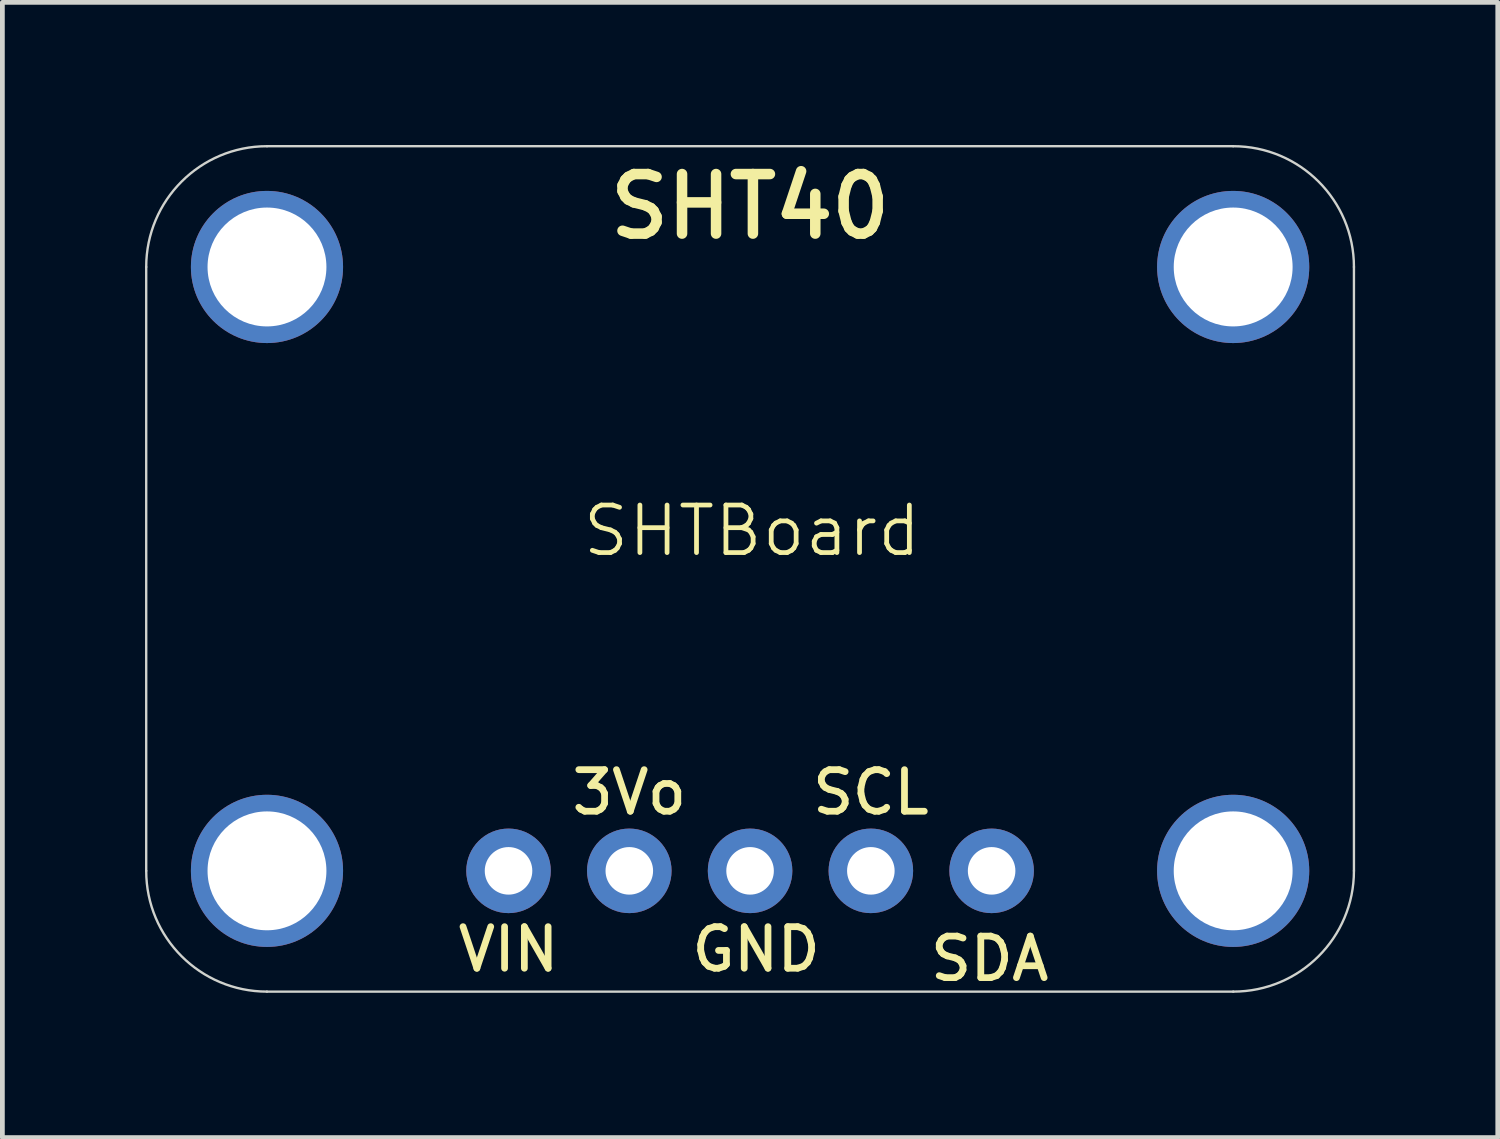
<source format=kicad_pcb>
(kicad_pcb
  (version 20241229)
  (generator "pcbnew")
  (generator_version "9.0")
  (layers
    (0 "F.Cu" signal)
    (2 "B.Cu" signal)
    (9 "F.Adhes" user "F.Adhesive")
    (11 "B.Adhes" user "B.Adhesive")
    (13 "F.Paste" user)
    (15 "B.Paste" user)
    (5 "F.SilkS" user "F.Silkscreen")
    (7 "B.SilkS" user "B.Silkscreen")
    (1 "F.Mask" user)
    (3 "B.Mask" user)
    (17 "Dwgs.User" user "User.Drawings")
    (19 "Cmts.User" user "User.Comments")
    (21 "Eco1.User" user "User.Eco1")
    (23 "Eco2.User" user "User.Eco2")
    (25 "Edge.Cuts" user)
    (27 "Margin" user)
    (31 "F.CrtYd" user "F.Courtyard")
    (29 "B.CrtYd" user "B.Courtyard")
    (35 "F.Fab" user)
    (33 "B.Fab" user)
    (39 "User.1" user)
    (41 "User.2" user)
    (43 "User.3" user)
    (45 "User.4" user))
  (footprint "SHTBoard"
    (layer "F.Cu")
    (at 12.765 8.614)
    (property "Reference" "SHTBoard" (at 0 -0.5 0) (unlocked yes) (layer "F.SilkS") (effects (font (size 1 1) (thickness 0.1))))
    (attr smd)
    (fp_line (start -12.74 -6.049) (end -12.74 6.651) (stroke (width 0.05) (type solid)) (layer "Edge.Cuts"))
    (fp_line (start -10.2 9.191) (end 10.12 9.191) (stroke (width 0.05) (type solid)) (layer "Edge.Cuts"))
    (fp_line (start 10.12 -8.589) (end -10.2 -8.589) (stroke (width 0.05) (type solid)) (layer "Edge.Cuts"))
    (fp_line (start 12.66 6.651) (end 12.66 -6.049) (stroke (width 0.05) (type solid)) (layer "Edge.Cuts"))
    (fp_arc (start -12.74 -6.049) (mid -11.996051 -7.845051) (end -10.2 -8.589) (stroke (width 0.05) (type solid)) (layer "Edge.Cuts"))
    (fp_arc (start -10.2 9.191) (mid -11.996051 8.447051) (end -12.74 6.651) (stroke (width 0.05) (type solid)) (layer "Edge.Cuts"))
    (fp_arc (start 10.12 -8.589) (mid 11.916051 -7.845051) (end 12.66 -6.049) (stroke (width 0.05) (type solid)) (layer "Edge.Cuts"))
    (fp_arc (start 12.66 6.651) (mid 11.916051 8.447051) (end 10.12 9.191) (stroke (width 0.05) (type solid)) (layer "Edge.Cuts"))
    (fp_text user "SDA" (at 5 8.5 0) (unlocked yes) (layer "F.SilkS") (effects (font (size 0.874 0.874) (thickness 0.142))))
    (fp_text user "SCL" (at 2.5 5 0) (unlocked yes) (layer "F.SilkS") (effects (font (size 0.874 0.874) (thickness 0.142))))
    (fp_text user "GND" (at 0.087 8.302 0) (unlocked yes) (layer "F.SilkS") (effects (font (size 0.874 0.874) (thickness 0.142))))
    (fp_text user "3Vo" (at -2.58 5 0) (unlocked yes) (layer "F.SilkS") (effects (font (size 0.874 0.874) (thickness 0.142))))
    (fp_text user "VIN" (at -5.12 8.302 0) (unlocked yes) (layer "F.SilkS") (effects (font (size 0.874 0.874) (thickness 0.142))))
    (fp_text user "SHT40" (at -0.04 -7.319 0) (unlocked yes) (layer "F.SilkS") (effects (font (size 1.252 1.252) (thickness 0.221))))
    (pad "1" thru_hole circle (at -5.12 6.651 90) (size 1.778 1.778) (drill 1) (layers "*.Cu" "*.Mask"))
    (pad "2" thru_hole circle (at -2.58 6.651 90) (size 1.778 1.778) (drill 1) (layers "*.Cu" "*.Mask"))
    (pad "3" thru_hole circle (at -0.04 6.651 90) (size 1.778 1.778) (drill 1) (layers "*.Cu" "*.Mask"))
    (pad "4" thru_hole circle (at 2.5 6.651 90) (size 1.778 1.778) (drill 1) (layers "*.Cu" "*.Mask"))
    (pad "5" thru_hole circle (at 5.04 6.651 90) (size 1.778 1.778) (drill 1) (layers "*.Cu" "*.Mask"))
    (pad "P$1" thru_hole circle (at -10.2 -6.049) (size 3.2 3.2) (drill 2.5) (layers "*.Cu" "*.Mask"))
    (pad "P$1" thru_hole circle (at -10.2 6.651) (size 3.2 3.2) (drill 2.5) (layers "*.Cu" "*.Mask"))
    (pad "P$1" thru_hole circle (at 10.12 -6.049) (size 3.2 3.2) (drill 2.5) (layers "*.Cu" "*.Mask"))
    (pad "P$1" thru_hole circle (at 10.12 6.651) (size 3.2 3.2) (drill 2.5) (layers "*.Cu" "*.Mask"))
    (zone (net_name "") (layer "F.Cu") (hatch edge 0.5) (connect_pads) (min_thickness 0.25) (filled_areas_thickness no) (keepout (tracks not_allowed) (vias not_allowed) (pads not_allowed) (copperpour not_allowed) (footprints allowed)) (placement (enabled no)) (fill) (polygon (pts (xy 4.581 2.565) (xy 4.561 2.284) (xy 4.503 2.009) (xy 4.407 1.745) (xy 4.275 1.497) (xy 4.109 1.269) (xy 3.914 1.067) (xy 3.692 0.894) (xy 3.449 0.753) (xy 3.188 0.648) (xy 2.915 0.58) (xy 2.635 0.55) (xy 2.354 0.56) (xy 2.077 0.609) (xy 1.81 0.696) (xy 1.557 0.819) (xy 1.324 0.976) (xy 1.115 1.165) (xy 0.934 1.38) (xy 0.785 1.619) (xy 0.671 1.875) (xy 0.593 2.146) (xy 0.554 2.424) (xy 0.554 2.706) (xy 0.593 2.984) (xy 0.671 3.255) (xy 0.785 3.511) (xy 0.934 3.75) (xy 1.115 3.965) (xy 1.324 4.154) (xy 1.557 4.311) (xy 1.81 4.434) (xy 2.077 4.521) (xy 2.354 4.57) (xy 2.635 4.58) (xy 2.915 4.55) (xy 3.188 4.482) (xy 3.449 4.377) (xy 3.692 4.236) (xy 3.914 4.063) (xy 4.109 3.861) (xy 4.275 3.633) (xy 4.407 3.385) (xy 4.503 3.121) (xy 4.561 2.846))) (polygon (pts (xy 2.549 2.565) (xy 2.554 2.576) (xy 2.565 2.581) (xy 2.576 2.576) (xy 2.581 2.565) (xy 2.576 2.554) (xy 2.565 2.549) (xy 2.554 2.554))))
    (zone (net_name "") (layer "F.Cu") (hatch edge 0.5) (connect_pads) (min_thickness 0.25) (filled_areas_thickness no) (keepout (tracks not_allowed) (vias not_allowed) (pads not_allowed) (copperpour not_allowed) (footprints allowed)) (placement (enabled no)) (fill) (polygon (pts (xy 4.581 15.265) (xy 4.561 14.984) (xy 4.503 14.709) (xy 4.407 14.445) (xy 4.275 14.197) (xy 4.109 13.969) (xy 3.914 13.767) (xy 3.692 13.594) (xy 3.449 13.453) (xy 3.188 13.348) (xy 2.915 13.28) (xy 2.635 13.25) (xy 2.354 13.26) (xy 2.077 13.309) (xy 1.81 13.396) (xy 1.557 13.519) (xy 1.324 13.676) (xy 1.115 13.865) (xy 0.934 14.08) (xy 0.785 14.319) (xy 0.671 14.575) (xy 0.593 14.846) (xy 0.554 15.124) (xy 0.554 15.406) (xy 0.593 15.684) (xy 0.671 15.955) (xy 0.785 16.211) (xy 0.934 16.45) (xy 1.115 16.665) (xy 1.324 16.854) (xy 1.557 17.011) (xy 1.81 17.134) (xy 2.077 17.221) (xy 2.354 17.27) (xy 2.635 17.28) (xy 2.915 17.25) (xy 3.188 17.182) (xy 3.449 17.077) (xy 3.692 16.936) (xy 3.914 16.763) (xy 4.109 16.561) (xy 4.275 16.333) (xy 4.407 16.085) (xy 4.503 15.821) (xy 4.561 15.546))) (polygon (pts (xy 2.549 15.265) (xy 2.554 15.276) (xy 2.565 15.281) (xy 2.576 15.276) (xy 2.581 15.265) (xy 2.576 15.254) (xy 2.565 15.249) (xy 2.554 15.254))))
    (zone (net_name "") (layer "F.Cu") (hatch edge 0.5) (connect_pads) (min_thickness 0.25) (filled_areas_thickness no) (keepout (tracks not_allowed) (vias not_allowed) (pads not_allowed) (copperpour not_allowed) (footprints allowed)) (placement (enabled no)) (fill) (polygon (pts (xy 24.901 2.565) (xy 24.881 2.284) (xy 24.823 2.009) (xy 24.727 1.745) (xy 24.595 1.497) (xy 24.429 1.269) (xy 24.234 1.067) (xy 24.012 0.894) (xy 23.769 0.753) (xy 23.508 0.648) (xy 23.235 0.58) (xy 22.955 0.55) (xy 22.674 0.56) (xy 22.397 0.609) (xy 22.13 0.696) (xy 21.877 0.819) (xy 21.644 0.976) (xy 21.435 1.165) (xy 21.254 1.38) (xy 21.105 1.619) (xy 20.991 1.875) (xy 20.913 2.146) (xy 20.874 2.424) (xy 20.874 2.706) (xy 20.913 2.984) (xy 20.991 3.255) (xy 21.105 3.511) (xy 21.254 3.75) (xy 21.435 3.965) (xy 21.644 4.154) (xy 21.877 4.311) (xy 22.13 4.434) (xy 22.397 4.521) (xy 22.674 4.57) (xy 22.955 4.58) (xy 23.235 4.55) (xy 23.508 4.482) (xy 23.769 4.377) (xy 24.012 4.236) (xy 24.234 4.063) (xy 24.429 3.861) (xy 24.595 3.633) (xy 24.727 3.385) (xy 24.823 3.121) (xy 24.881 2.846))) (polygon (pts (xy 22.869 2.565) (xy 22.874 2.576) (xy 22.885 2.581) (xy 22.896 2.576) (xy 22.901 2.565) (xy 22.896 2.554) (xy 22.885 2.549) (xy 22.874 2.554))))
    (zone (net_name "") (layer "F.Cu") (hatch edge 0.5) (connect_pads) (min_thickness 0.25) (filled_areas_thickness no) (keepout (tracks not_allowed) (vias not_allowed) (pads not_allowed) (copperpour not_allowed) (footprints allowed)) (placement (enabled no)) (fill) (polygon (pts (xy 24.901 15.265) (xy 24.881 14.984) (xy 24.823 14.709) (xy 24.727 14.445) (xy 24.595 14.197) (xy 24.429 13.969) (xy 24.234 13.767) (xy 24.012 13.594) (xy 23.769 13.453) (xy 23.508 13.348) (xy 23.235 13.28) (xy 22.955 13.25) (xy 22.674 13.26) (xy 22.397 13.309) (xy 22.13 13.396) (xy 21.877 13.519) (xy 21.644 13.676) (xy 21.435 13.865) (xy 21.254 14.08) (xy 21.105 14.319) (xy 20.991 14.575) (xy 20.913 14.846) (xy 20.874 15.124) (xy 20.874 15.406) (xy 20.913 15.684) (xy 20.991 15.955) (xy 21.105 16.211) (xy 21.254 16.45) (xy 21.435 16.665) (xy 21.644 16.854) (xy 21.877 17.011) (xy 22.13 17.134) (xy 22.397 17.221) (xy 22.674 17.27) (xy 22.955 17.28) (xy 23.235 17.25) (xy 23.508 17.182) (xy 23.769 17.077) (xy 24.012 16.936) (xy 24.234 16.763) (xy 24.429 16.561) (xy 24.595 16.333) (xy 24.727 16.085) (xy 24.823 15.821) (xy 24.881 15.546))) (polygon (pts (xy 22.869 15.265) (xy 22.874 15.276) (xy 22.885 15.281) (xy 22.896 15.276) (xy 22.901 15.265) (xy 22.896 15.254) (xy 22.885 15.249) (xy 22.874 15.254))))
    (zone (net_name "") (layer "B.Cu") (hatch edge 0.5) (connect_pads) (min_thickness 0.25) (filled_areas_thickness no) (keepout (tracks not_allowed) (vias not_allowed) (pads not_allowed) (copperpour not_allowed) (footprints allowed)) (placement (enabled no)) (fill) (polygon (pts (xy 4.581 2.565) (xy 4.561 2.284) (xy 4.503 2.009) (xy 4.407 1.745) (xy 4.275 1.497) (xy 4.109 1.269) (xy 3.914 1.067) (xy 3.692 0.894) (xy 3.449 0.753) (xy 3.188 0.648) (xy 2.915 0.58) (xy 2.635 0.55) (xy 2.354 0.56) (xy 2.077 0.609) (xy 1.81 0.696) (xy 1.557 0.819) (xy 1.324 0.976) (xy 1.115 1.165) (xy 0.934 1.38) (xy 0.785 1.619) (xy 0.671 1.875) (xy 0.593 2.146) (xy 0.554 2.424) (xy 0.554 2.706) (xy 0.593 2.984) (xy 0.671 3.255) (xy 0.785 3.511) (xy 0.934 3.75) (xy 1.115 3.965) (xy 1.324 4.154) (xy 1.557 4.311) (xy 1.81 4.434) (xy 2.077 4.521) (xy 2.354 4.57) (xy 2.635 4.58) (xy 2.915 4.55) (xy 3.188 4.482) (xy 3.449 4.377) (xy 3.692 4.236) (xy 3.914 4.063) (xy 4.109 3.861) (xy 4.275 3.633) (xy 4.407 3.385) (xy 4.503 3.121) (xy 4.561 2.846))) (polygon (pts (xy 2.549 2.565) (xy 2.554 2.576) (xy 2.565 2.581) (xy 2.576 2.576) (xy 2.581 2.565) (xy 2.576 2.554) (xy 2.565 2.549) (xy 2.554 2.554))))
    (zone (net_name "") (layer "B.Cu") (hatch edge 0.5) (connect_pads) (min_thickness 0.25) (filled_areas_thickness no) (keepout (tracks not_allowed) (vias not_allowed) (pads not_allowed) (copperpour not_allowed) (footprints allowed)) (placement (enabled no)) (fill) (polygon (pts (xy 4.581 15.265) (xy 4.561 14.984) (xy 4.503 14.709) (xy 4.407 14.445) (xy 4.275 14.197) (xy 4.109 13.969) (xy 3.914 13.767) (xy 3.692 13.594) (xy 3.449 13.453) (xy 3.188 13.348) (xy 2.915 13.28) (xy 2.635 13.25) (xy 2.354 13.26) (xy 2.077 13.309) (xy 1.81 13.396) (xy 1.557 13.519) (xy 1.324 13.676) (xy 1.115 13.865) (xy 0.934 14.08) (xy 0.785 14.319) (xy 0.671 14.575) (xy 0.593 14.846) (xy 0.554 15.124) (xy 0.554 15.406) (xy 0.593 15.684) (xy 0.671 15.955) (xy 0.785 16.211) (xy 0.934 16.45) (xy 1.115 16.665) (xy 1.324 16.854) (xy 1.557 17.011) (xy 1.81 17.134) (xy 2.077 17.221) (xy 2.354 17.27) (xy 2.635 17.28) (xy 2.915 17.25) (xy 3.188 17.182) (xy 3.449 17.077) (xy 3.692 16.936) (xy 3.914 16.763) (xy 4.109 16.561) (xy 4.275 16.333) (xy 4.407 16.085) (xy 4.503 15.821) (xy 4.561 15.546))) (polygon (pts (xy 2.549 15.265) (xy 2.554 15.276) (xy 2.565 15.281) (xy 2.576 15.276) (xy 2.581 15.265) (xy 2.576 15.254) (xy 2.565 15.249) (xy 2.554 15.254))))
    (zone (net_name "") (layer "B.Cu") (hatch edge 0.5) (connect_pads) (min_thickness 0.25) (filled_areas_thickness no) (keepout (tracks not_allowed) (vias not_allowed) (pads not_allowed) (copperpour not_allowed) (footprints allowed)) (placement (enabled no)) (fill) (polygon (pts (xy 24.901 2.565) (xy 24.881 2.284) (xy 24.823 2.009) (xy 24.727 1.745) (xy 24.595 1.497) (xy 24.429 1.269) (xy 24.234 1.067) (xy 24.012 0.894) (xy 23.769 0.753) (xy 23.508 0.648) (xy 23.235 0.58) (xy 22.955 0.55) (xy 22.674 0.56) (xy 22.397 0.609) (xy 22.13 0.696) (xy 21.877 0.819) (xy 21.644 0.976) (xy 21.435 1.165) (xy 21.254 1.38) (xy 21.105 1.619) (xy 20.991 1.875) (xy 20.913 2.146) (xy 20.874 2.424) (xy 20.874 2.706) (xy 20.913 2.984) (xy 20.991 3.255) (xy 21.105 3.511) (xy 21.254 3.75) (xy 21.435 3.965) (xy 21.644 4.154) (xy 21.877 4.311) (xy 22.13 4.434) (xy 22.397 4.521) (xy 22.674 4.57) (xy 22.955 4.58) (xy 23.235 4.55) (xy 23.508 4.482) (xy 23.769 4.377) (xy 24.012 4.236) (xy 24.234 4.063) (xy 24.429 3.861) (xy 24.595 3.633) (xy 24.727 3.385) (xy 24.823 3.121) (xy 24.881 2.846))) (polygon (pts (xy 22.869 2.565) (xy 22.874 2.576) (xy 22.885 2.581) (xy 22.896 2.576) (xy 22.901 2.565) (xy 22.896 2.554) (xy 22.885 2.549) (xy 22.874 2.554))))
    (zone (net_name "") (layer "B.Cu") (hatch edge 0.5) (connect_pads) (min_thickness 0.25) (filled_areas_thickness no) (keepout (tracks not_allowed) (vias not_allowed) (pads not_allowed) (copperpour not_allowed) (footprints allowed)) (placement (enabled no)) (fill) (polygon (pts (xy 24.901 15.265) (xy 24.881 14.984) (xy 24.823 14.709) (xy 24.727 14.445) (xy 24.595 14.197) (xy 24.429 13.969) (xy 24.234 13.767) (xy 24.012 13.594) (xy 23.769 13.453) (xy 23.508 13.348) (xy 23.235 13.28) (xy 22.955 13.25) (xy 22.674 13.26) (xy 22.397 13.309) (xy 22.13 13.396) (xy 21.877 13.519) (xy 21.644 13.676) (xy 21.435 13.865) (xy 21.254 14.08) (xy 21.105 14.319) (xy 20.991 14.575) (xy 20.913 14.846) (xy 20.874 15.124) (xy 20.874 15.406) (xy 20.913 15.684) (xy 20.991 15.955) (xy 21.105 16.211) (xy 21.254 16.45) (xy 21.435 16.665) (xy 21.644 16.854) (xy 21.877 17.011) (xy 22.13 17.134) (xy 22.397 17.221) (xy 22.674 17.27) (xy 22.955 17.28) (xy 23.235 17.25) (xy 23.508 17.182) (xy 23.769 17.077) (xy 24.012 16.936) (xy 24.234 16.763) (xy 24.429 16.561) (xy 24.595 16.333) (xy 24.727 16.085) (xy 24.823 15.821) (xy 24.881 15.546))) (polygon (pts (xy 22.869 15.265) (xy 22.874 15.276) (xy 22.885 15.281) (xy 22.896 15.276) (xy 22.901 15.265) (xy 22.896 15.254) (xy 22.885 15.249) (xy 22.874 15.254)))))
  (gr_rect
    (start -3 -3)
    (end 28.45 20.875)
    (stroke (width 0.1) (type default))
    (fill no)
    (layer "Edge.Cuts")))
</source>
